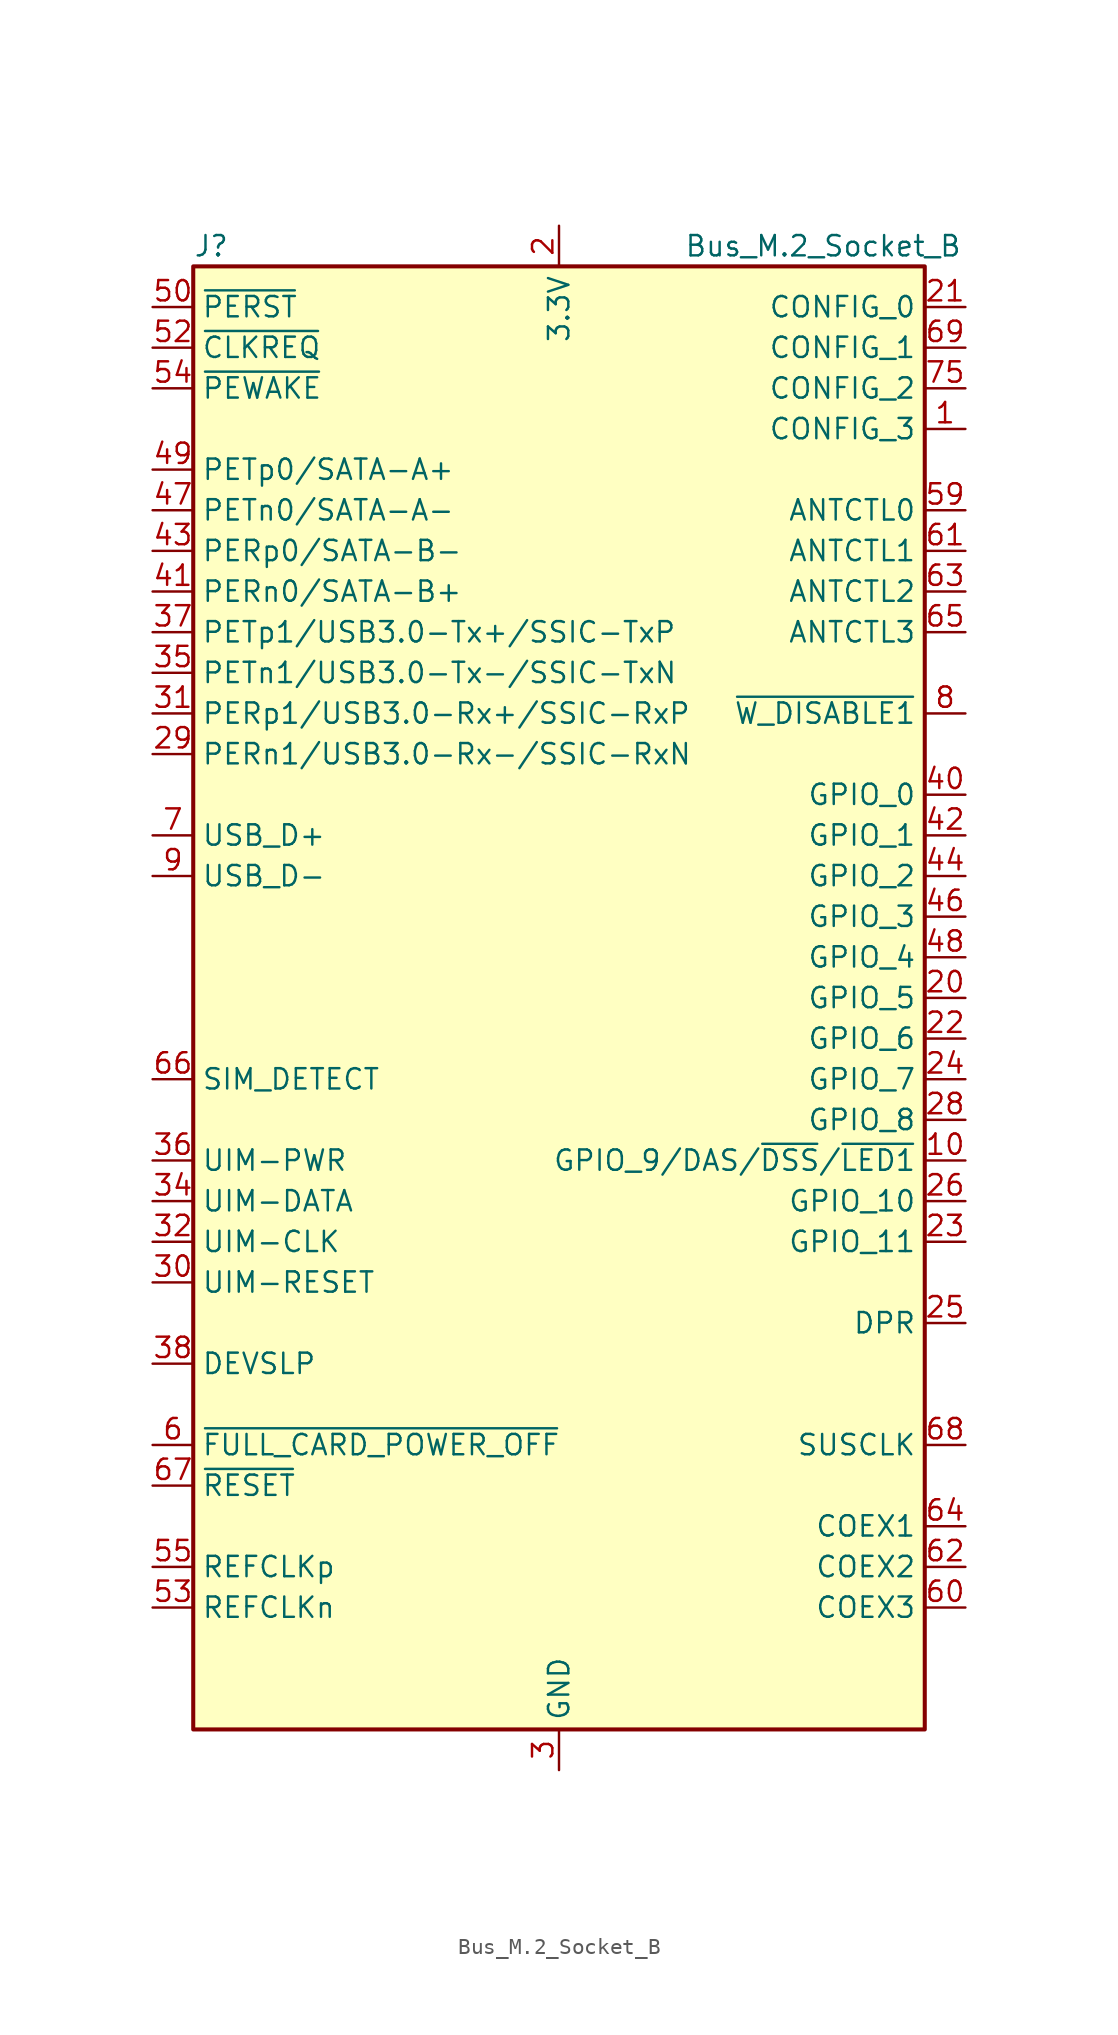
<source format=kicad_sym>
(kicad_symbol_lib
  (version 20220914)
  (generator kicad_symbol_editor)
  (symbol "Bus_M.2_Socket_B"
    (property "Reference" "J"
      (at -22.86 46.99 0)
      (effects (font (size 1.27 1.27)) (justify left)))
    (property "Value" "Bus_M.2_Socket_B"
      (at 16.51 46.99 0)
      (effects (font (size 1.27 1.27))))
    (symbol "Bus_M.2_Socket_B_0_1"
      (rectangle (start -22.86 45.72) (end 22.86 -45.72) (stroke (width 0.254) (type solid)) (fill (type background))))
    (symbol "Bus_M.2_Socket_B_1_1"
      (pin input line (at 25.4 35.56 180) (length 2.54) (name "CONFIG_3" (effects (font (size 1.27 1.27)))) (number "1" (effects (font (size 1.27 1.27)))))
      (pin bidirectional line (at 25.4 -10.16 180) (length 2.54) (name "GPIO_9/DAS/~{DSS}/~{LED1}" (effects (font (size 1.27 1.27)))) (number "10" (effects (font (size 1.27 1.27)))))
      (pin passive line (at 0 -48.26 90) (length 2.54) hide (name "GND" (effects (font (size 1.27 1.27)))) (number "11" (effects (font (size 1.27 1.27)))))
      (pin power_in line (at 0 48.26 270) (length 2.54) (name "3.3V" (effects (font (size 1.27 1.27)))) (number "2" (effects (font (size 1.27 1.27)))))
      (pin bidirectional line (at 25.4 0 180) (length 2.54) (name "GPIO_5" (effects (font (size 1.27 1.27)))) (number "20" (effects (font (size 1.27 1.27)))))
      (pin input line (at 25.4 43.18 180) (length 2.54) (name "CONFIG_0" (effects (font (size 1.27 1.27)))) (number "21" (effects (font (size 1.27 1.27)))))
      (pin bidirectional line (at 25.4 -2.54 180) (length 2.54) (name "GPIO_6" (effects (font (size 1.27 1.27)))) (number "22" (effects (font (size 1.27 1.27)))))
      (pin bidirectional line (at 25.4 -15.24 180) (length 2.54) (name "GPIO_11" (effects (font (size 1.27 1.27)))) (number "23" (effects (font (size 1.27 1.27)))))
      (pin bidirectional line (at 25.4 -5.08 180) (length 2.54) (name "GPIO_7" (effects (font (size 1.27 1.27)))) (number "24" (effects (font (size 1.27 1.27)))))
      (pin output line (at 25.4 -20.32 180) (length 2.54) (name "DPR" (effects (font (size 1.27 1.27)))) (number "25" (effects (font (size 1.27 1.27)))))
      (pin bidirectional line (at 25.4 -12.7 180) (length 2.54) (name "GPIO_10" (effects (font (size 1.27 1.27)))) (number "26" (effects (font (size 1.27 1.27)))))
      (pin passive line (at 0 -48.26 90) (length 2.54) hide (name "GND" (effects (font (size 1.27 1.27)))) (number "27" (effects (font (size 1.27 1.27)))))
      (pin bidirectional line (at 25.4 -7.62 180) (length 2.54) (name "GPIO_8" (effects (font (size 1.27 1.27)))) (number "28" (effects (font (size 1.27 1.27)))))
      (pin input line (at -25.4 15.24 0) (length 2.54) (name "PERn1/USB3.0-Rx-/SSIC-RxN" (effects (font (size 1.27 1.27)))) (number "29" (effects (font (size 1.27 1.27)))))
      (pin power_in line (at 0 -48.26 90) (length 2.54) (name "GND" (effects (font (size 1.27 1.27)))) (number "3" (effects (font (size 1.27 1.27)))))
      (pin input line (at -25.4 -17.78 0) (length 2.54) (name "UIM-RESET" (effects (font (size 1.27 1.27)))) (number "30" (effects (font (size 1.27 1.27)))))
      (pin input line (at -25.4 17.78 0) (length 2.54) (name "PERp1/USB3.0-Rx+/SSIC-RxP" (effects (font (size 1.27 1.27)))) (number "31" (effects (font (size 1.27 1.27)))))
      (pin input line (at -25.4 -15.24 0) (length 2.54) (name "UIM-CLK" (effects (font (size 1.27 1.27)))) (number "32" (effects (font (size 1.27 1.27)))))
      (pin passive line (at 0 -48.26 90) (length 2.54) hide (name "GND" (effects (font (size 1.27 1.27)))) (number "33" (effects (font (size 1.27 1.27)))))
      (pin bidirectional line (at -25.4 -12.7 0) (length 2.54) (name "UIM-DATA" (effects (font (size 1.27 1.27)))) (number "34" (effects (font (size 1.27 1.27)))))
      (pin output line (at -25.4 20.32 0) (length 2.54) (name "PETn1/USB3.0-Tx-/SSIC-TxN" (effects (font (size 1.27 1.27)))) (number "35" (effects (font (size 1.27 1.27)))))
      (pin input line (at -25.4 -10.16 0) (length 2.54) (name "UIM-PWR" (effects (font (size 1.27 1.27)))) (number "36" (effects (font (size 1.27 1.27)))))
      (pin output line (at -25.4 22.86 0) (length 2.54) (name "PETp1/USB3.0-Tx+/SSIC-TxP" (effects (font (size 1.27 1.27)))) (number "37" (effects (font (size 1.27 1.27)))))
      (pin output line (at -25.4 -22.86 0) (length 2.54) (name "DEVSLP" (effects (font (size 1.27 1.27)))) (number "38" (effects (font (size 1.27 1.27)))))
      (pin passive line (at 0 -48.26 90) (length 2.54) hide (name "GND" (effects (font (size 1.27 1.27)))) (number "39" (effects (font (size 1.27 1.27)))))
      (pin passive line (at 0 48.26 270) (length 2.54) hide (name "3.3V" (effects (font (size 1.27 1.27)))) (number "4" (effects (font (size 1.27 1.27)))))
      (pin bidirectional line (at 25.4 12.7 180) (length 2.54) (name "GPIO_0" (effects (font (size 1.27 1.27)))) (number "40" (effects (font (size 1.27 1.27)))))
      (pin input line (at -25.4 25.4 0) (length 2.54) (name "PERn0/SATA-B+" (effects (font (size 1.27 1.27)))) (number "41" (effects (font (size 1.27 1.27)))))
      (pin bidirectional line (at 25.4 10.16 180) (length 2.54) (name "GPIO_1" (effects (font (size 1.27 1.27)))) (number "42" (effects (font (size 1.27 1.27)))))
      (pin input line (at -25.4 27.94 0) (length 2.54) (name "PERp0/SATA-B-" (effects (font (size 1.27 1.27)))) (number "43" (effects (font (size 1.27 1.27)))))
      (pin bidirectional line (at 25.4 7.62 180) (length 2.54) (name "GPIO_2" (effects (font (size 1.27 1.27)))) (number "44" (effects (font (size 1.27 1.27)))))
      (pin passive line (at 0 -48.26 90) (length 2.54) hide (name "GND" (effects (font (size 1.27 1.27)))) (number "45" (effects (font (size 1.27 1.27)))))
      (pin bidirectional line (at 25.4 5.08 180) (length 2.54) (name "GPIO_3" (effects (font (size 1.27 1.27)))) (number "46" (effects (font (size 1.27 1.27)))))
      (pin output line (at -25.4 30.48 0) (length 2.54) (name "PETn0/SATA-A-" (effects (font (size 1.27 1.27)))) (number "47" (effects (font (size 1.27 1.27)))))
      (pin bidirectional line (at 25.4 2.54 180) (length 2.54) (name "GPIO_4" (effects (font (size 1.27 1.27)))) (number "48" (effects (font (size 1.27 1.27)))))
      (pin output line (at -25.4 33.02 0) (length 2.54) (name "PETp0/SATA-A+" (effects (font (size 1.27 1.27)))) (number "49" (effects (font (size 1.27 1.27)))))
      (pin passive line (at 0 -48.26 90) (length 2.54) hide (name "GND" (effects (font (size 1.27 1.27)))) (number "5" (effects (font (size 1.27 1.27)))))
      (pin output line (at -25.4 43.18 0) (length 2.54) (name "~{PERST}" (effects (font (size 1.27 1.27)))) (number "50" (effects (font (size 1.27 1.27)))))
      (pin passive line (at 0 -48.26 90) (length 2.54) hide (name "GND" (effects (font (size 1.27 1.27)))) (number "51" (effects (font (size 1.27 1.27)))))
      (pin bidirectional line (at -25.4 40.64 0) (length 2.54) (name "~{CLKREQ}" (effects (font (size 1.27 1.27)))) (number "52" (effects (font (size 1.27 1.27)))))
      (pin output line (at -25.4 -38.1 0) (length 2.54) (name "REFCLKn" (effects (font (size 1.27 1.27)))) (number "53" (effects (font (size 1.27 1.27)))))
      (pin bidirectional line (at -25.4 38.1 0) (length 2.54) (name "~{PEWAKE}" (effects (font (size 1.27 1.27)))) (number "54" (effects (font (size 1.27 1.27)))))
      (pin output line (at -25.4 -35.56 0) (length 2.54) (name "REFCLKp" (effects (font (size 1.27 1.27)))) (number "55" (effects (font (size 1.27 1.27)))))
      (pin no_connect line (at 22.86 -43.18 180) (length 2.54) hide (name "NC" (effects (font (size 1.27 1.27)))) (number "56" (effects (font (size 1.27 1.27)))))
      (pin passive line (at 0 -48.26 90) (length 2.54) hide (name "GND" (effects (font (size 1.27 1.27)))) (number "57" (effects (font (size 1.27 1.27)))))
      (pin no_connect line (at 22.86 -40.64 180) (length 2.54) hide (name "NC" (effects (font (size 1.27 1.27)))) (number "58" (effects (font (size 1.27 1.27)))))
      (pin input line (at 25.4 30.48 180) (length 2.54) (name "ANTCTL0" (effects (font (size 1.27 1.27)))) (number "59" (effects (font (size 1.27 1.27)))))
      (pin output line (at -25.4 -27.94 0) (length 2.54) (name "~{FULL_CARD_POWER_OFF}" (effects (font (size 1.27 1.27)))) (number "6" (effects (font (size 1.27 1.27)))))
      (pin bidirectional line (at 25.4 -38.1 180) (length 2.54) (name "COEX3" (effects (font (size 1.27 1.27)))) (number "60" (effects (font (size 1.27 1.27)))))
      (pin input line (at 25.4 27.94 180) (length 2.54) (name "ANTCTL1" (effects (font (size 1.27 1.27)))) (number "61" (effects (font (size 1.27 1.27)))))
      (pin bidirectional line (at 25.4 -35.56 180) (length 2.54) (name "COEX2" (effects (font (size 1.27 1.27)))) (number "62" (effects (font (size 1.27 1.27)))))
      (pin input line (at 25.4 25.4 180) (length 2.54) (name "ANTCTL2" (effects (font (size 1.27 1.27)))) (number "63" (effects (font (size 1.27 1.27)))))
      (pin bidirectional line (at 25.4 -33.02 180) (length 2.54) (name "COEX1" (effects (font (size 1.27 1.27)))) (number "64" (effects (font (size 1.27 1.27)))))
      (pin input line (at 25.4 22.86 180) (length 2.54) (name "ANTCTL3" (effects (font (size 1.27 1.27)))) (number "65" (effects (font (size 1.27 1.27)))))
      (pin output line (at -25.4 -5.08 0) (length 2.54) (name "SIM_DETECT" (effects (font (size 1.27 1.27)))) (number "66" (effects (font (size 1.27 1.27)))))
      (pin output line (at -25.4 -30.48 0) (length 2.54) (name "~{RESET}" (effects (font (size 1.27 1.27)))) (number "67" (effects (font (size 1.27 1.27)))))
      (pin output line (at 25.4 -27.94 180) (length 2.54) (name "SUSCLK" (effects (font (size 1.27 1.27)))) (number "68" (effects (font (size 1.27 1.27)))))
      (pin input line (at 25.4 40.64 180) (length 2.54) (name "CONFIG_1" (effects (font (size 1.27 1.27)))) (number "69" (effects (font (size 1.27 1.27)))))
      (pin bidirectional line (at -25.4 10.16 0) (length 2.54) (name "USB_D+" (effects (font (size 1.27 1.27)))) (number "7" (effects (font (size 1.27 1.27)))))
      (pin passive line (at 0 48.26 270) (length 2.54) hide (name "3.3V" (effects (font (size 1.27 1.27)))) (number "70" (effects (font (size 1.27 1.27)))))
      (pin passive line (at 0 -48.26 90) (length 2.54) hide (name "GND" (effects (font (size 1.27 1.27)))) (number "71" (effects (font (size 1.27 1.27)))))
      (pin passive line (at 0 48.26 270) (length 2.54) hide (name "3.3V" (effects (font (size 1.27 1.27)))) (number "72" (effects (font (size 1.27 1.27)))))
      (pin passive line (at 0 -48.26 90) (length 2.54) hide (name "GND" (effects (font (size 1.27 1.27)))) (number "73" (effects (font (size 1.27 1.27)))))
      (pin passive line (at 0 48.26 270) (length 2.54) hide (name "3.3V" (effects (font (size 1.27 1.27)))) (number "74" (effects (font (size 1.27 1.27)))))
      (pin input line (at 25.4 38.1 180) (length 2.54) (name "CONFIG_2" (effects (font (size 1.27 1.27)))) (number "75" (effects (font (size 1.27 1.27)))))
      (pin output line (at 25.4 17.78 180) (length 2.54) (name "~{W_DISABLE1}" (effects (font (size 1.27 1.27)))) (number "8" (effects (font (size 1.27 1.27)))))
      (pin bidirectional line (at -25.4 7.62 0) (length 2.54) (name "USB_D-" (effects (font (size 1.27 1.27)))) (number "9" (effects (font (size 1.27 1.27))))))))
</source>
